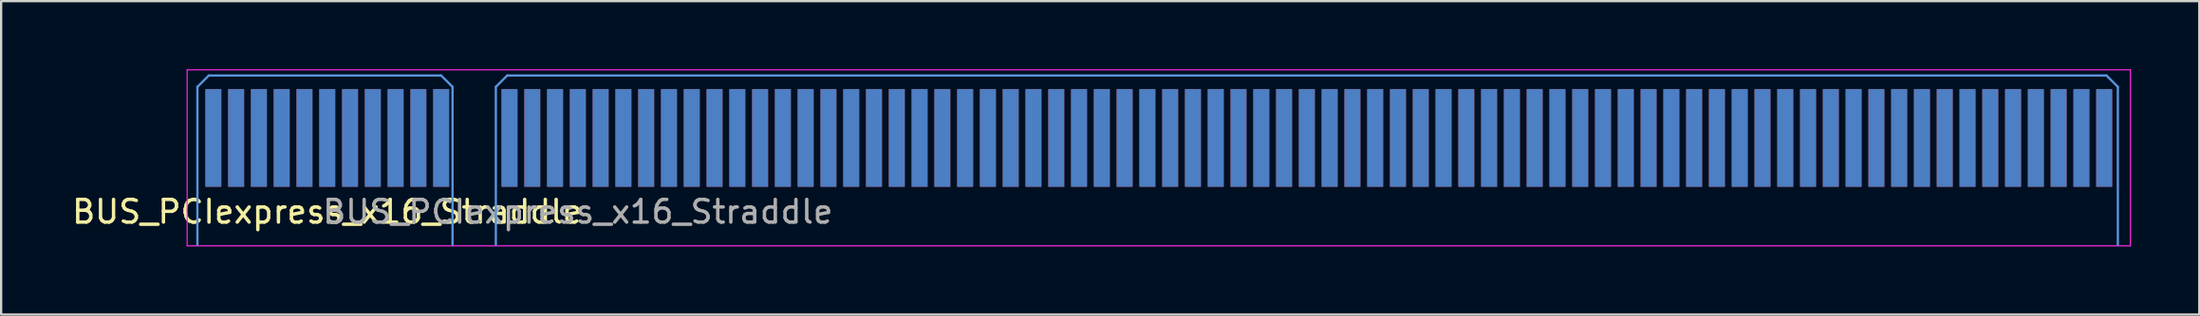
<source format=kicad_pcb>
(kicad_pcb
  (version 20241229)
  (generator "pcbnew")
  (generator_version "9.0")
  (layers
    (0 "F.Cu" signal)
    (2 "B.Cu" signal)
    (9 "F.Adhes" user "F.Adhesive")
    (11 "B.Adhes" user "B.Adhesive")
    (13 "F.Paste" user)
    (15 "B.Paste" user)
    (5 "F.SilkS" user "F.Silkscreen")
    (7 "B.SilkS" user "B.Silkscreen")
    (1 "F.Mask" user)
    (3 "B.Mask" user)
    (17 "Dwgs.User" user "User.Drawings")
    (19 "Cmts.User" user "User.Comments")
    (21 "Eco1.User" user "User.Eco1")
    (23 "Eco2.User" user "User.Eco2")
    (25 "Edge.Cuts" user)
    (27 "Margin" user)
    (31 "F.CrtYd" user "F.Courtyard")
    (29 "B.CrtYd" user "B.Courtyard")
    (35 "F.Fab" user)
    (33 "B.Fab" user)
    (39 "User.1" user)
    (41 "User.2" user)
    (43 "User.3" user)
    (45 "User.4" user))
  (footprint "BUS_PCIexpress_x16_Straddle"
    (layer "F.Cu")
    (at 6.315 3.025)
    (property "Reference" "BUS_PCIexpress_x16_Straddle" (at 5 3.25 0) (layer "F.SilkS") (effects (font (size 1 1) (thickness 0.15))))
    (attr exclude_from_pos_files exclude_from_bom)
    (fp_line (start -0.7 -2.25) (end -0.7 4.7) (stroke (width 0.1) (type solid)) (layer "Cmts.User"))
    (fp_line (start -0.7 -2.25) (end -0.2 -2.75) (stroke (width 0.1) (type solid)) (layer "Cmts.User"))
    (fp_line (start 10 -2.75) (end -0.2 -2.75) (stroke (width 0.1) (type solid)) (layer "Cmts.User"))
    (fp_line (start 10.5 -2.25) (end 10 -2.75) (stroke (width 0.1) (type solid)) (layer "Cmts.User"))
    (fp_line (start 10.5 -2.25) (end 10.5 4.7) (stroke (width 0.1) (type solid)) (layer "Cmts.User"))
    (fp_line (start 12.4 -2.25) (end 12.4 4.7) (stroke (width 0.1) (type solid)) (layer "Cmts.User"))
    (fp_line (start 12.4 -2.25) (end 12.9 -2.75) (stroke (width 0.1) (type solid)) (layer "Cmts.User"))
    (fp_line (start 83.1 -2.75) (end 12.9 -2.75) (stroke (width 0.1) (type solid)) (layer "Cmts.User"))
    (fp_line (start 83.6 -2.25) (end 83.1 -2.75) (stroke (width 0.1) (type solid)) (layer "Cmts.User"))
    (fp_line (start 83.6 -2.25) (end 83.6 4.7) (stroke (width 0.1) (type solid)) (layer "Cmts.User"))
    (fp_line (start -1.15 -3) (end -1.15 4.75) (stroke (width 0.05) (type solid)) (layer "F.CrtYd"))
    (fp_line (start -1.15 -3) (end 84.15 -3) (stroke (width 0.05) (type solid)) (layer "F.CrtYd"))
    (fp_line (start 84.15 4.75) (end -1.15 4.75) (stroke (width 0.05) (type solid)) (layer "F.CrtYd"))
    (fp_line (start 84.15 4.75) (end 84.15 -3) (stroke (width 0.05) (type solid)) (layer "F.CrtYd"))
    (fp_text user "${REFERENCE}" (at 16 3.25 0) (layer "F.Fab") (effects (font (size 1 1) (thickness 0.15))))
    (pad "A1" connect rect (at 0 0) (size 0.7 4.3) (layers "B.Cu" "B.Mask"))
    (pad "A2" connect rect (at 1 0) (size 0.7 4.3) (layers "B.Cu" "B.Mask"))
    (pad "A3" connect rect (at 2 0) (size 0.7 4.3) (layers "B.Cu" "B.Mask"))
    (pad "A4" connect rect (at 3 0) (size 0.7 4.3) (layers "B.Cu" "B.Mask"))
    (pad "A5" connect rect (at 4 0) (size 0.7 4.3) (layers "B.Cu" "B.Mask"))
    (pad "A6" connect rect (at 5 0) (size 0.7 4.3) (layers "B.Cu" "B.Mask"))
    (pad "A7" connect rect (at 6 0) (size 0.7 4.3) (layers "B.Cu" "B.Mask"))
    (pad "A8" connect rect (at 7 0) (size 0.7 4.3) (layers "B.Cu" "B.Mask"))
    (pad "A9" connect rect (at 8 0) (size 0.7 4.3) (layers "B.Cu" "B.Mask"))
    (pad "A10" connect rect (at 9 0) (size 0.7 4.3) (layers "B.Cu" "B.Mask"))
    (pad "A11" connect rect (at 10 0) (size 0.7 4.3) (layers "B.Cu" "B.Mask"))
    (pad "A12" connect rect (at 13 0) (size 0.7 4.3) (layers "B.Cu" "B.Mask"))
    (pad "A13" connect rect (at 14 0) (size 0.7 4.3) (layers "B.Cu" "B.Mask"))
    (pad "A14" connect rect (at 15 0) (size 0.7 4.3) (layers "B.Cu" "B.Mask"))
    (pad "A15" connect rect (at 16 0) (size 0.7 4.3) (layers "B.Cu" "B.Mask"))
    (pad "A16" connect rect (at 17 0) (size 0.7 4.3) (layers "B.Cu" "B.Mask"))
    (pad "A17" connect rect (at 18 0) (size 0.7 4.3) (layers "B.Cu" "B.Mask"))
    (pad "A18" connect rect (at 19 0) (size 0.7 4.3) (layers "B.Cu" "B.Mask"))
    (pad "A19" connect rect (at 20 0) (size 0.7 4.3) (layers "B.Cu" "B.Mask"))
    (pad "A20" connect rect (at 21 0) (size 0.7 4.3) (layers "B.Cu" "B.Mask"))
    (pad "A21" connect rect (at 22 0) (size 0.7 4.3) (layers "B.Cu" "B.Mask"))
    (pad "A22" connect rect (at 23 0) (size 0.7 4.3) (layers "B.Cu" "B.Mask"))
    (pad "A23" connect rect (at 24 0) (size 0.7 4.3) (layers "B.Cu" "B.Mask"))
    (pad "A24" connect rect (at 25 0) (size 0.7 4.3) (layers "B.Cu" "B.Mask"))
    (pad "A25" connect rect (at 26 0) (size 0.7 4.3) (layers "B.Cu" "B.Mask"))
    (pad "A26" connect rect (at 27 0) (size 0.7 4.3) (layers "B.Cu" "B.Mask"))
    (pad "A27" connect rect (at 28 0) (size 0.7 4.3) (layers "B.Cu" "B.Mask"))
    (pad "A28" connect rect (at 29 0) (size 0.7 4.3) (layers "B.Cu" "B.Mask"))
    (pad "A29" connect rect (at 30 0) (size 0.7 4.3) (layers "B.Cu" "B.Mask"))
    (pad "A30" connect rect (at 31 0) (size 0.7 4.3) (layers "B.Cu" "B.Mask"))
    (pad "A31" connect rect (at 32 0) (size 0.7 4.3) (layers "B.Cu" "B.Mask"))
    (pad "A32" connect rect (at 33 0) (size 0.7 4.3) (layers "B.Cu" "B.Mask"))
    (pad "A33" connect rect (at 34 0) (size 0.7 4.3) (layers "B.Cu" "B.Mask"))
    (pad "A34" connect rect (at 35 0) (size 0.7 4.3) (layers "B.Cu" "B.Mask"))
    (pad "A35" connect rect (at 36 0) (size 0.7 4.3) (layers "B.Cu" "B.Mask"))
    (pad "A36" connect rect (at 37 0) (size 0.7 4.3) (layers "B.Cu" "B.Mask"))
    (pad "A37" connect rect (at 38 0) (size 0.7 4.3) (layers "B.Cu" "B.Mask"))
    (pad "A38" connect rect (at 39 0) (size 0.7 4.3) (layers "B.Cu" "B.Mask"))
    (pad "A39" connect rect (at 40 0) (size 0.7 4.3) (layers "B.Cu" "B.Mask"))
    (pad "A40" connect rect (at 41 0) (size 0.7 4.3) (layers "B.Cu" "B.Mask"))
    (pad "A41" connect rect (at 42 0) (size 0.7 4.3) (layers "B.Cu" "B.Mask"))
    (pad "A42" connect rect (at 43 0) (size 0.7 4.3) (layers "B.Cu" "B.Mask"))
    (pad "A43" connect rect (at 44 0) (size 0.7 4.3) (layers "B.Cu" "B.Mask"))
    (pad "A44" connect rect (at 45 0) (size 0.7 4.3) (layers "B.Cu" "B.Mask"))
    (pad "A45" connect rect (at 46 0) (size 0.7 4.3) (layers "B.Cu" "B.Mask"))
    (pad "A46" connect rect (at 47 0) (size 0.7 4.3) (layers "B.Cu" "B.Mask"))
    (pad "A47" connect rect (at 48 0) (size 0.7 4.3) (layers "B.Cu" "B.Mask"))
    (pad "A48" connect rect (at 49 0) (size 0.7 4.3) (layers "B.Cu" "B.Mask"))
    (pad "A49" connect rect (at 50 0) (size 0.7 4.3) (layers "B.Cu" "B.Mask"))
    (pad "A50" connect rect (at 51 0) (size 0.7 4.3) (layers "B.Cu" "B.Mask"))
    (pad "A51" connect rect (at 52 0) (size 0.7 4.3) (layers "B.Cu" "B.Mask"))
    (pad "A52" connect rect (at 53 0) (size 0.7 4.3) (layers "B.Cu" "B.Mask"))
    (pad "A53" connect rect (at 54 0) (size 0.7 4.3) (layers "B.Cu" "B.Mask"))
    (pad "A54" connect rect (at 55 0) (size 0.7 4.3) (layers "B.Cu" "B.Mask"))
    (pad "A55" connect rect (at 56 0) (size 0.7 4.3) (layers "B.Cu" "B.Mask"))
    (pad "A56" connect rect (at 57 0) (size 0.7 4.3) (layers "B.Cu" "B.Mask"))
    (pad "A57" connect rect (at 58 0) (size 0.7 4.3) (layers "B.Cu" "B.Mask"))
    (pad "A58" connect rect (at 59 0) (size 0.7 4.3) (layers "B.Cu" "B.Mask"))
    (pad "A59" connect rect (at 60 0) (size 0.7 4.3) (layers "B.Cu" "B.Mask"))
    (pad "A60" connect rect (at 61 0) (size 0.7 4.3) (layers "B.Cu" "B.Mask"))
    (pad "A61" connect rect (at 62 0) (size 0.7 4.3) (layers "B.Cu" "B.Mask"))
    (pad "A62" connect rect (at 63 0) (size 0.7 4.3) (layers "B.Cu" "B.Mask"))
    (pad "A63" connect rect (at 64 0) (size 0.7 4.3) (layers "B.Cu" "B.Mask"))
    (pad "A64" connect rect (at 65 0) (size 0.7 4.3) (layers "B.Cu" "B.Mask"))
    (pad "A65" connect rect (at 66 0) (size 0.7 4.3) (layers "B.Cu" "B.Mask"))
    (pad "A66" connect rect (at 67 0) (size 0.7 4.3) (layers "B.Cu" "B.Mask"))
    (pad "A67" connect rect (at 68 0) (size 0.7 4.3) (layers "B.Cu" "B.Mask"))
    (pad "A68" connect rect (at 69 0) (size 0.7 4.3) (layers "B.Cu" "B.Mask"))
    (pad "A69" connect rect (at 70 0) (size 0.7 4.3) (layers "B.Cu" "B.Mask"))
    (pad "A70" connect rect (at 71 0) (size 0.7 4.3) (layers "B.Cu" "B.Mask"))
    (pad "A71" connect rect (at 72 0) (size 0.7 4.3) (layers "B.Cu" "B.Mask"))
    (pad "A72" connect rect (at 73 0) (size 0.7 4.3) (layers "B.Cu" "B.Mask"))
    (pad "A73" connect rect (at 74 0) (size 0.7 4.3) (layers "B.Cu" "B.Mask"))
    (pad "A74" connect rect (at 75 0) (size 0.7 4.3) (layers "B.Cu" "B.Mask"))
    (pad "A75" connect rect (at 76 0) (size 0.7 4.3) (layers "B.Cu" "B.Mask"))
    (pad "A76" connect rect (at 77 0) (size 0.7 4.3) (layers "B.Cu" "B.Mask"))
    (pad "A77" connect rect (at 78 0) (size 0.7 4.3) (layers "B.Cu" "B.Mask"))
    (pad "A78" connect rect (at 79 0) (size 0.7 4.3) (layers "B.Cu" "B.Mask"))
    (pad "A79" connect rect (at 80 0) (size 0.7 4.3) (layers "B.Cu" "B.Mask"))
    (pad "A80" connect rect (at 81 0) (size 0.7 4.3) (layers "B.Cu" "B.Mask"))
    (pad "A81" connect rect (at 82 0) (size 0.7 4.3) (layers "B.Cu" "B.Mask"))
    (pad "A82" connect rect (at 83 0) (size 0.7 4.3) (layers "B.Cu" "B.Mask"))
    (pad "B1" connect rect (at 0 0) (size 0.7 4.3) (layers "F.Cu" "F.Mask"))
    (pad "B2" connect rect (at 1 0) (size 0.7 4.3) (layers "F.Cu" "F.Mask"))
    (pad "B3" connect rect (at 2 0) (size 0.7 4.3) (layers "F.Cu" "F.Mask"))
    (pad "B4" connect rect (at 3 0) (size 0.7 4.3) (layers "F.Cu" "F.Mask"))
    (pad "B5" connect rect (at 4 0) (size 0.7 4.3) (layers "F.Cu" "F.Mask"))
    (pad "B6" connect rect (at 5 0) (size 0.7 4.3) (layers "F.Cu" "F.Mask"))
    (pad "B7" connect rect (at 6 0) (size 0.7 4.3) (layers "F.Cu" "F.Mask"))
    (pad "B8" connect rect (at 7 0) (size 0.7 4.3) (layers "F.Cu" "F.Mask"))
    (pad "B9" connect rect (at 8 0) (size 0.7 4.3) (layers "F.Cu" "F.Mask"))
    (pad "B10" connect rect (at 9 0) (size 0.7 4.3) (layers "F.Cu" "F.Mask"))
    (pad "B11" connect rect (at 10 0) (size 0.7 4.3) (layers "F.Cu" "F.Mask"))
    (pad "B12" connect rect (at 13 0) (size 0.7 4.3) (layers "F.Cu" "F.Mask"))
    (pad "B13" connect rect (at 14 0) (size 0.7 4.3) (layers "F.Cu" "F.Mask"))
    (pad "B14" connect rect (at 15 0) (size 0.7 4.3) (layers "F.Cu" "F.Mask"))
    (pad "B15" connect rect (at 16 0) (size 0.7 4.3) (layers "F.Cu" "F.Mask"))
    (pad "B16" connect rect (at 17 0) (size 0.7 4.3) (layers "F.Cu" "F.Mask"))
    (pad "B17" connect rect (at 18 0) (size 0.7 4.3) (layers "F.Cu" "F.Mask"))
    (pad "B18" connect rect (at 19 0) (size 0.7 4.3) (layers "F.Cu" "F.Mask"))
    (pad "B19" connect rect (at 20 0) (size 0.7 4.3) (layers "F.Cu" "F.Mask"))
    (pad "B20" connect rect (at 21 0) (size 0.7 4.3) (layers "F.Cu" "F.Mask"))
    (pad "B21" connect rect (at 22 0) (size 0.7 4.3) (layers "F.Cu" "F.Mask"))
    (pad "B22" connect rect (at 23 0) (size 0.7 4.3) (layers "F.Cu" "F.Mask"))
    (pad "B23" connect rect (at 24 0) (size 0.7 4.3) (layers "F.Cu" "F.Mask"))
    (pad "B24" connect rect (at 25 0) (size 0.7 4.3) (layers "F.Cu" "F.Mask"))
    (pad "B25" connect rect (at 26 0) (size 0.7 4.3) (layers "F.Cu" "F.Mask"))
    (pad "B26" connect rect (at 27 0) (size 0.7 4.3) (layers "F.Cu" "F.Mask"))
    (pad "B27" connect rect (at 28 0) (size 0.7 4.3) (layers "F.Cu" "F.Mask"))
    (pad "B28" connect rect (at 29 0) (size 0.7 4.3) (layers "F.Cu" "F.Mask"))
    (pad "B29" connect rect (at 30 0) (size 0.7 4.3) (layers "F.Cu" "F.Mask"))
    (pad "B30" connect rect (at 31 0) (size 0.7 4.3) (layers "F.Cu" "F.Mask"))
    (pad "B31" connect rect (at 32 0) (size 0.7 4.3) (layers "F.Cu" "F.Mask"))
    (pad "B32" connect rect (at 33 0) (size 0.7 4.3) (layers "F.Cu" "F.Mask"))
    (pad "B33" connect rect (at 34 0) (size 0.7 4.3) (layers "F.Cu" "F.Mask"))
    (pad "B34" connect rect (at 35 0) (size 0.7 4.3) (layers "F.Cu" "F.Mask"))
    (pad "B35" connect rect (at 36 0) (size 0.7 4.3) (layers "F.Cu" "F.Mask"))
    (pad "B36" connect rect (at 37 0) (size 0.7 4.3) (layers "F.Cu" "F.Mask"))
    (pad "B37" connect rect (at 38 0) (size 0.7 4.3) (layers "F.Cu" "F.Mask"))
    (pad "B38" connect rect (at 39 0) (size 0.7 4.3) (layers "F.Cu" "F.Mask"))
    (pad "B39" connect rect (at 40 0) (size 0.7 4.3) (layers "F.Cu" "F.Mask"))
    (pad "B40" connect rect (at 41 0) (size 0.7 4.3) (layers "F.Cu" "F.Mask"))
    (pad "B41" connect rect (at 42 0) (size 0.7 4.3) (layers "F.Cu" "F.Mask"))
    (pad "B42" connect rect (at 43 0) (size 0.7 4.3) (layers "F.Cu" "F.Mask"))
    (pad "B43" connect rect (at 44 0) (size 0.7 4.3) (layers "F.Cu" "F.Mask"))
    (pad "B44" connect rect (at 45 0) (size 0.7 4.3) (layers "F.Cu" "F.Mask"))
    (pad "B45" connect rect (at 46 0) (size 0.7 4.3) (layers "F.Cu" "F.Mask"))
    (pad "B46" connect rect (at 47 0) (size 0.7 4.3) (layers "F.Cu" "F.Mask"))
    (pad "B47" connect rect (at 48 0) (size 0.7 4.3) (layers "F.Cu" "F.Mask"))
    (pad "B48" connect rect (at 49 0) (size 0.7 4.3) (layers "F.Cu" "F.Mask"))
    (pad "B49" connect rect (at 50 0) (size 0.7 4.3) (layers "F.Cu" "F.Mask"))
    (pad "B50" connect rect (at 51 0) (size 0.7 4.3) (layers "F.Cu" "F.Mask"))
    (pad "B51" connect rect (at 52 0) (size 0.7 4.3) (layers "F.Cu" "F.Mask"))
    (pad "B52" connect rect (at 53 0) (size 0.7 4.3) (layers "F.Cu" "F.Mask"))
    (pad "B53" connect rect (at 54 0) (size 0.7 4.3) (layers "F.Cu" "F.Mask"))
    (pad "B54" connect rect (at 55 0) (size 0.7 4.3) (layers "F.Cu" "F.Mask"))
    (pad "B55" connect rect (at 56 0) (size 0.7 4.3) (layers "F.Cu" "F.Mask"))
    (pad "B56" connect rect (at 57 0) (size 0.7 4.3) (layers "F.Cu" "F.Mask"))
    (pad "B57" connect rect (at 58 0) (size 0.7 4.3) (layers "F.Cu" "F.Mask"))
    (pad "B58" connect rect (at 59 0) (size 0.7 4.3) (layers "F.Cu" "F.Mask"))
    (pad "B59" connect rect (at 60 0) (size 0.7 4.3) (layers "F.Cu" "F.Mask"))
    (pad "B60" connect rect (at 61 0) (size 0.7 4.3) (layers "F.Cu" "F.Mask"))
    (pad "B61" connect rect (at 62 0) (size 0.7 4.3) (layers "F.Cu" "F.Mask"))
    (pad "B62" connect rect (at 63 0) (size 0.7 4.3) (layers "F.Cu" "F.Mask"))
    (pad "B63" connect rect (at 64 0) (size 0.7 4.3) (layers "F.Cu" "F.Mask"))
    (pad "B64" connect rect (at 65 0) (size 0.7 4.3) (layers "F.Cu" "F.Mask"))
    (pad "B65" connect rect (at 66 0) (size 0.7 4.3) (layers "F.Cu" "F.Mask"))
    (pad "B66" connect rect (at 67 0) (size 0.7 4.3) (layers "F.Cu" "F.Mask"))
    (pad "B67" connect rect (at 68 0) (size 0.7 4.3) (layers "F.Cu" "F.Mask"))
    (pad "B68" connect rect (at 69 0) (size 0.7 4.3) (layers "F.Cu" "F.Mask"))
    (pad "B69" connect rect (at 70 0) (size 0.7 4.3) (layers "F.Cu" "F.Mask"))
    (pad "B70" connect rect (at 71 0) (size 0.7 4.3) (layers "F.Cu" "F.Mask"))
    (pad "B71" connect rect (at 72 0) (size 0.7 4.3) (layers "F.Cu" "F.Mask"))
    (pad "B72" connect rect (at 73 0) (size 0.7 4.3) (layers "F.Cu" "F.Mask"))
    (pad "B73" connect rect (at 74 0) (size 0.7 4.3) (layers "F.Cu" "F.Mask"))
    (pad "B74" connect rect (at 75 0) (size 0.7 4.3) (layers "F.Cu" "F.Mask"))
    (pad "B75" connect rect (at 76 0) (size 0.7 4.3) (layers "F.Cu" "F.Mask"))
    (pad "B76" connect rect (at 77 0) (size 0.7 4.3) (layers "F.Cu" "F.Mask"))
    (pad "B77" connect rect (at 78 0) (size 0.7 4.3) (layers "F.Cu" "F.Mask"))
    (pad "B78" connect rect (at 79 0) (size 0.7 4.3) (layers "F.Cu" "F.Mask"))
    (pad "B79" connect rect (at 80 0) (size 0.7 4.3) (layers "F.Cu" "F.Mask"))
    (pad "B80" connect rect (at 81 0) (size 0.7 4.3) (layers "F.Cu" "F.Mask"))
    (pad "B81" connect rect (at 82 0) (size 0.7 4.3) (layers "F.Cu" "F.Mask"))
    (pad "B82" connect rect (at 83 0) (size 0.7 4.3) (layers "F.Cu" "F.Mask")))
  (gr_rect
    (start -3 -3)
    (end 93.49 10.8)
    (stroke (width 0.1) (type default))
    (fill no)
    (layer "Edge.Cuts")))
</source>
